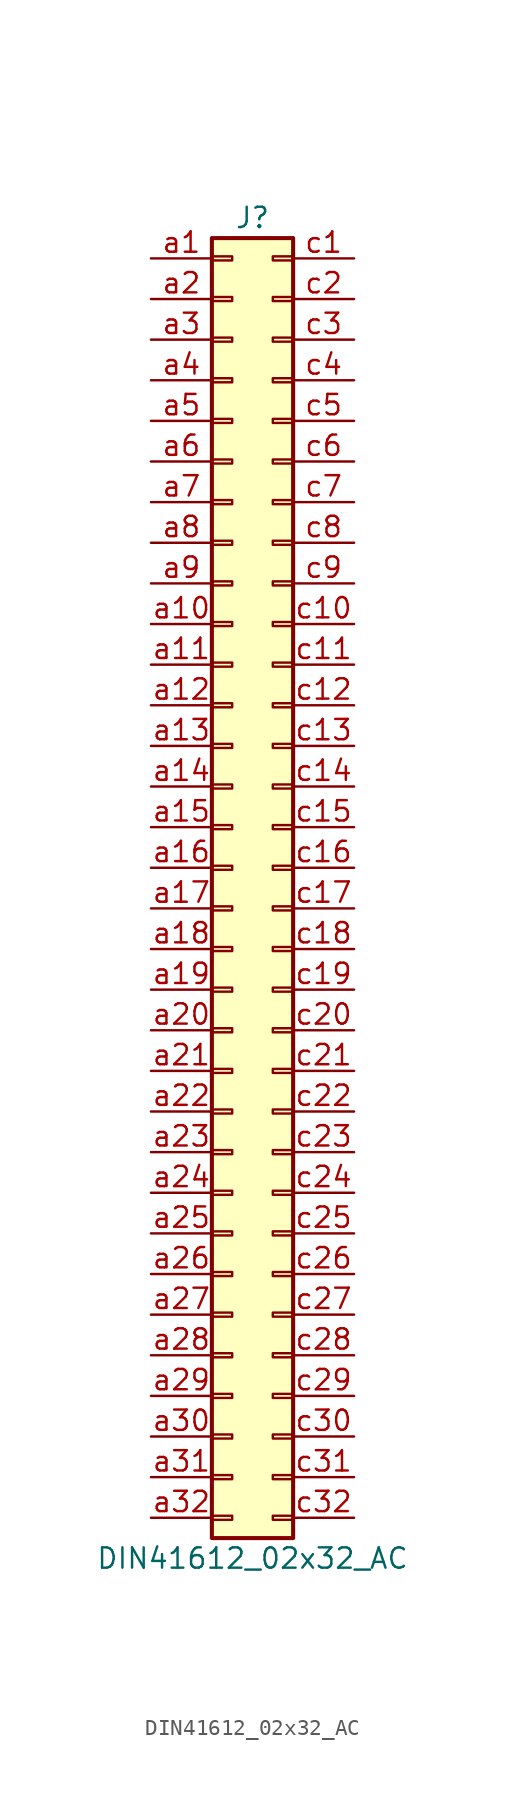
<source format=kicad_sym>
(kicad_symbol_lib
  (version 20211014)
  (generator kicad_symbol_editor)
  (symbol "DIN41612_02x32_AC"
    (pin_names
      (offset 1.016) hide)
    (property "Reference" "J"
      (at 1.27 40.64 0)
      (effects (font (size 1.27 1.27))))
    (property "Value" "DIN41612_02x32_AC"
      (at 1.27 -43.18 0)
      (effects (font (size 1.27 1.27))))
    (symbol "DIN41612_02x32_AC_1_1"
      (rectangle (start -1.27 -40.513) (end 0 -40.767) (stroke (width 0.152) (type default) (color 0 0 0 0)) (fill (type none)))
      (rectangle (start -1.27 -37.973) (end 0 -38.227) (stroke (width 0.152) (type default) (color 0 0 0 0)) (fill (type none)))
      (rectangle (start -1.27 -35.433) (end 0 -35.687) (stroke (width 0.152) (type default) (color 0 0 0 0)) (fill (type none)))
      (rectangle (start -1.27 -32.893) (end 0 -33.147) (stroke (width 0.152) (type default) (color 0 0 0 0)) (fill (type none)))
      (rectangle (start -1.27 -30.353) (end 0 -30.607) (stroke (width 0.152) (type default) (color 0 0 0 0)) (fill (type none)))
      (rectangle (start -1.27 -27.813) (end 0 -28.067) (stroke (width 0.152) (type default) (color 0 0 0 0)) (fill (type none)))
      (rectangle (start -1.27 -25.273) (end 0 -25.527) (stroke (width 0.152) (type default) (color 0 0 0 0)) (fill (type none)))
      (rectangle (start -1.27 -22.733) (end 0 -22.987) (stroke (width 0.152) (type default) (color 0 0 0 0)) (fill (type none)))
      (rectangle (start -1.27 -20.193) (end 0 -20.447) (stroke (width 0.152) (type default) (color 0 0 0 0)) (fill (type none)))
      (rectangle (start -1.27 -17.653) (end 0 -17.907) (stroke (width 0.152) (type default) (color 0 0 0 0)) (fill (type none)))
      (rectangle (start -1.27 -15.113) (end 0 -15.367) (stroke (width 0.152) (type default) (color 0 0 0 0)) (fill (type none)))
      (rectangle (start -1.27 -12.573) (end 0 -12.827) (stroke (width 0.152) (type default) (color 0 0 0 0)) (fill (type none)))
      (rectangle (start -1.27 -10.033) (end 0 -10.287) (stroke (width 0.152) (type default) (color 0 0 0 0)) (fill (type none)))
      (rectangle (start -1.27 -7.493) (end 0 -7.747) (stroke (width 0.152) (type default) (color 0 0 0 0)) (fill (type none)))
      (rectangle (start -1.27 -4.953) (end 0 -5.207) (stroke (width 0.152) (type default) (color 0 0 0 0)) (fill (type none)))
      (rectangle (start -1.27 -2.413) (end 0 -2.667) (stroke (width 0.152) (type default) (color 0 0 0 0)) (fill (type none)))
      (rectangle (start -1.27 0.127) (end 0 -0.127) (stroke (width 0.152) (type default) (color 0 0 0 0)) (fill (type none)))
      (rectangle (start -1.27 2.667) (end 0 2.413) (stroke (width 0.152) (type default) (color 0 0 0 0)) (fill (type none)))
      (rectangle (start -1.27 5.207) (end 0 4.953) (stroke (width 0.152) (type default) (color 0 0 0 0)) (fill (type none)))
      (rectangle (start -1.27 7.747) (end 0 7.493) (stroke (width 0.152) (type default) (color 0 0 0 0)) (fill (type none)))
      (rectangle (start -1.27 10.287) (end 0 10.033) (stroke (width 0.152) (type default) (color 0 0 0 0)) (fill (type none)))
      (rectangle (start -1.27 12.827) (end 0 12.573) (stroke (width 0.152) (type default) (color 0 0 0 0)) (fill (type none)))
      (rectangle (start -1.27 15.367) (end 0 15.113) (stroke (width 0.152) (type default) (color 0 0 0 0)) (fill (type none)))
      (rectangle (start -1.27 17.907) (end 0 17.653) (stroke (width 0.152) (type default) (color 0 0 0 0)) (fill (type none)))
      (rectangle (start -1.27 20.447) (end 0 20.193) (stroke (width 0.152) (type default) (color 0 0 0 0)) (fill (type none)))
      (rectangle (start -1.27 22.987) (end 0 22.733) (stroke (width 0.152) (type default) (color 0 0 0 0)) (fill (type none)))
      (rectangle (start -1.27 25.527) (end 0 25.273) (stroke (width 0.152) (type default) (color 0 0 0 0)) (fill (type none)))
      (rectangle (start -1.27 28.067) (end 0 27.813) (stroke (width 0.152) (type default) (color 0 0 0 0)) (fill (type none)))
      (rectangle (start -1.27 30.607) (end 0 30.353) (stroke (width 0.152) (type default) (color 0 0 0 0)) (fill (type none)))
      (rectangle (start -1.27 33.147) (end 0 32.893) (stroke (width 0.152) (type default) (color 0 0 0 0)) (fill (type none)))
      (rectangle (start -1.27 35.687) (end 0 35.433) (stroke (width 0.152) (type default) (color 0 0 0 0)) (fill (type none)))
      (rectangle (start -1.27 38.227) (end 0 37.973) (stroke (width 0.152) (type default) (color 0 0 0 0)) (fill (type none)))
      (rectangle (start -1.27 39.37) (end 3.81 -41.91) (stroke (width 0.254) (type default) (color 0 0 0 0)) (fill (type background)))
      (rectangle (start 3.81 -40.513) (end 2.54 -40.767) (stroke (width 0.152) (type default) (color 0 0 0 0)) (fill (type none)))
      (rectangle (start 3.81 -37.973) (end 2.54 -38.227) (stroke (width 0.152) (type default) (color 0 0 0 0)) (fill (type none)))
      (rectangle (start 3.81 -35.433) (end 2.54 -35.687) (stroke (width 0.152) (type default) (color 0 0 0 0)) (fill (type none)))
      (rectangle (start 3.81 -32.893) (end 2.54 -33.147) (stroke (width 0.152) (type default) (color 0 0 0 0)) (fill (type none)))
      (rectangle (start 3.81 -30.353) (end 2.54 -30.607) (stroke (width 0.152) (type default) (color 0 0 0 0)) (fill (type none)))
      (rectangle (start 3.81 -27.813) (end 2.54 -28.067) (stroke (width 0.152) (type default) (color 0 0 0 0)) (fill (type none)))
      (rectangle (start 3.81 -25.273) (end 2.54 -25.527) (stroke (width 0.152) (type default) (color 0 0 0 0)) (fill (type none)))
      (rectangle (start 3.81 -22.733) (end 2.54 -22.987) (stroke (width 0.152) (type default) (color 0 0 0 0)) (fill (type none)))
      (rectangle (start 3.81 -20.193) (end 2.54 -20.447) (stroke (width 0.152) (type default) (color 0 0 0 0)) (fill (type none)))
      (rectangle (start 3.81 -17.653) (end 2.54 -17.907) (stroke (width 0.152) (type default) (color 0 0 0 0)) (fill (type none)))
      (rectangle (start 3.81 -15.113) (end 2.54 -15.367) (stroke (width 0.152) (type default) (color 0 0 0 0)) (fill (type none)))
      (rectangle (start 3.81 -12.573) (end 2.54 -12.827) (stroke (width 0.152) (type default) (color 0 0 0 0)) (fill (type none)))
      (rectangle (start 3.81 -10.033) (end 2.54 -10.287) (stroke (width 0.152) (type default) (color 0 0 0 0)) (fill (type none)))
      (rectangle (start 3.81 -7.493) (end 2.54 -7.747) (stroke (width 0.152) (type default) (color 0 0 0 0)) (fill (type none)))
      (rectangle (start 3.81 -4.953) (end 2.54 -5.207) (stroke (width 0.152) (type default) (color 0 0 0 0)) (fill (type none)))
      (rectangle (start 3.81 -2.413) (end 2.54 -2.667) (stroke (width 0.152) (type default) (color 0 0 0 0)) (fill (type none)))
      (rectangle (start 3.81 0.127) (end 2.54 -0.127) (stroke (width 0.152) (type default) (color 0 0 0 0)) (fill (type none)))
      (rectangle (start 3.81 2.667) (end 2.54 2.413) (stroke (width 0.152) (type default) (color 0 0 0 0)) (fill (type none)))
      (rectangle (start 3.81 5.207) (end 2.54 4.953) (stroke (width 0.152) (type default) (color 0 0 0 0)) (fill (type none)))
      (rectangle (start 3.81 7.747) (end 2.54 7.493) (stroke (width 0.152) (type default) (color 0 0 0 0)) (fill (type none)))
      (rectangle (start 3.81 10.287) (end 2.54 10.033) (stroke (width 0.152) (type default) (color 0 0 0 0)) (fill (type none)))
      (rectangle (start 3.81 12.827) (end 2.54 12.573) (stroke (width 0.152) (type default) (color 0 0 0 0)) (fill (type none)))
      (rectangle (start 3.81 15.367) (end 2.54 15.113) (stroke (width 0.152) (type default) (color 0 0 0 0)) (fill (type none)))
      (rectangle (start 3.81 17.907) (end 2.54 17.653) (stroke (width 0.152) (type default) (color 0 0 0 0)) (fill (type none)))
      (rectangle (start 3.81 20.447) (end 2.54 20.193) (stroke (width 0.152) (type default) (color 0 0 0 0)) (fill (type none)))
      (rectangle (start 3.81 22.987) (end 2.54 22.733) (stroke (width 0.152) (type default) (color 0 0 0 0)) (fill (type none)))
      (rectangle (start 3.81 25.527) (end 2.54 25.273) (stroke (width 0.152) (type default) (color 0 0 0 0)) (fill (type none)))
      (rectangle (start 3.81 28.067) (end 2.54 27.813) (stroke (width 0.152) (type default) (color 0 0 0 0)) (fill (type none)))
      (rectangle (start 3.81 30.607) (end 2.54 30.353) (stroke (width 0.152) (type default) (color 0 0 0 0)) (fill (type none)))
      (rectangle (start 3.81 33.147) (end 2.54 32.893) (stroke (width 0.152) (type default) (color 0 0 0 0)) (fill (type none)))
      (rectangle (start 3.81 35.687) (end 2.54 35.433) (stroke (width 0.152) (type default) (color 0 0 0 0)) (fill (type none)))
      (rectangle (start 3.81 38.227) (end 2.54 37.973) (stroke (width 0.152) (type default) (color 0 0 0 0)) (fill (type none)))
      (pin passive line (at -5.08 38.1 0) (length 3.81) (name "Pin_a1" (effects (font (size 1.27 1.27)))) (number "a1" (effects (font (size 1.27 1.27)))))
      (pin passive line (at -5.08 15.24 0) (length 3.81) (name "Pin_a10" (effects (font (size 1.27 1.27)))) (number "a10" (effects (font (size 1.27 1.27)))))
      (pin passive line (at -5.08 12.7 0) (length 3.81) (name "Pin_a11" (effects (font (size 1.27 1.27)))) (number "a11" (effects (font (size 1.27 1.27)))))
      (pin passive line (at -5.08 10.16 0) (length 3.81) (name "Pin_a12" (effects (font (size 1.27 1.27)))) (number "a12" (effects (font (size 1.27 1.27)))))
      (pin passive line (at -5.08 7.62 0) (length 3.81) (name "Pin_a13" (effects (font (size 1.27 1.27)))) (number "a13" (effects (font (size 1.27 1.27)))))
      (pin passive line (at -5.08 5.08 0) (length 3.81) (name "Pin_a14" (effects (font (size 1.27 1.27)))) (number "a14" (effects (font (size 1.27 1.27)))))
      (pin passive line (at -5.08 2.54 0) (length 3.81) (name "Pin_a15" (effects (font (size 1.27 1.27)))) (number "a15" (effects (font (size 1.27 1.27)))))
      (pin passive line (at -5.08 0 0) (length 3.81) (name "Pin_a16" (effects (font (size 1.27 1.27)))) (number "a16" (effects (font (size 1.27 1.27)))))
      (pin passive line (at -5.08 -2.54 0) (length 3.81) (name "Pin_a17" (effects (font (size 1.27 1.27)))) (number "a17" (effects (font (size 1.27 1.27)))))
      (pin passive line (at -5.08 -5.08 0) (length 3.81) (name "Pin_a18" (effects (font (size 1.27 1.27)))) (number "a18" (effects (font (size 1.27 1.27)))))
      (pin passive line (at -5.08 -7.62 0) (length 3.81) (name "Pin_a19" (effects (font (size 1.27 1.27)))) (number "a19" (effects (font (size 1.27 1.27)))))
      (pin passive line (at -5.08 35.56 0) (length 3.81) (name "Pin_a2" (effects (font (size 1.27 1.27)))) (number "a2" (effects (font (size 1.27 1.27)))))
      (pin passive line (at -5.08 -10.16 0) (length 3.81) (name "Pin_a20" (effects (font (size 1.27 1.27)))) (number "a20" (effects (font (size 1.27 1.27)))))
      (pin passive line (at -5.08 -12.7 0) (length 3.81) (name "Pin_a21" (effects (font (size 1.27 1.27)))) (number "a21" (effects (font (size 1.27 1.27)))))
      (pin passive line (at -5.08 -15.24 0) (length 3.81) (name "Pin_a22" (effects (font (size 1.27 1.27)))) (number "a22" (effects (font (size 1.27 1.27)))))
      (pin passive line (at -5.08 -17.78 0) (length 3.81) (name "Pin_a23" (effects (font (size 1.27 1.27)))) (number "a23" (effects (font (size 1.27 1.27)))))
      (pin passive line (at -5.08 -20.32 0) (length 3.81) (name "Pin_a24" (effects (font (size 1.27 1.27)))) (number "a24" (effects (font (size 1.27 1.27)))))
      (pin passive line (at -5.08 -22.86 0) (length 3.81) (name "Pin_a25" (effects (font (size 1.27 1.27)))) (number "a25" (effects (font (size 1.27 1.27)))))
      (pin passive line (at -5.08 -25.4 0) (length 3.81) (name "Pin_a26" (effects (font (size 1.27 1.27)))) (number "a26" (effects (font (size 1.27 1.27)))))
      (pin passive line (at -5.08 -27.94 0) (length 3.81) (name "Pin_a27" (effects (font (size 1.27 1.27)))) (number "a27" (effects (font (size 1.27 1.27)))))
      (pin passive line (at -5.08 -30.48 0) (length 3.81) (name "Pin_a28" (effects (font (size 1.27 1.27)))) (number "a28" (effects (font (size 1.27 1.27)))))
      (pin passive line (at -5.08 -33.02 0) (length 3.81) (name "Pin_a29" (effects (font (size 1.27 1.27)))) (number "a29" (effects (font (size 1.27 1.27)))))
      (pin passive line (at -5.08 33.02 0) (length 3.81) (name "Pin_a3" (effects (font (size 1.27 1.27)))) (number "a3" (effects (font (size 1.27 1.27)))))
      (pin passive line (at -5.08 -35.56 0) (length 3.81) (name "Pin_a30" (effects (font (size 1.27 1.27)))) (number "a30" (effects (font (size 1.27 1.27)))))
      (pin passive line (at -5.08 -38.1 0) (length 3.81) (name "Pin_a31" (effects (font (size 1.27 1.27)))) (number "a31" (effects (font (size 1.27 1.27)))))
      (pin passive line (at -5.08 -40.64 0) (length 3.81) (name "Pin_a32" (effects (font (size 1.27 1.27)))) (number "a32" (effects (font (size 1.27 1.27)))))
      (pin passive line (at -5.08 30.48 0) (length 3.81) (name "Pin_a4" (effects (font (size 1.27 1.27)))) (number "a4" (effects (font (size 1.27 1.27)))))
      (pin passive line (at -5.08 27.94 0) (length 3.81) (name "Pin_a5" (effects (font (size 1.27 1.27)))) (number "a5" (effects (font (size 1.27 1.27)))))
      (pin passive line (at -5.08 25.4 0) (length 3.81) (name "Pin_a6" (effects (font (size 1.27 1.27)))) (number "a6" (effects (font (size 1.27 1.27)))))
      (pin passive line (at -5.08 22.86 0) (length 3.81) (name "Pin_a7" (effects (font (size 1.27 1.27)))) (number "a7" (effects (font (size 1.27 1.27)))))
      (pin passive line (at -5.08 20.32 0) (length 3.81) (name "Pin_a8" (effects (font (size 1.27 1.27)))) (number "a8" (effects (font (size 1.27 1.27)))))
      (pin passive line (at -5.08 17.78 0) (length 3.81) (name "Pin_a9" (effects (font (size 1.27 1.27)))) (number "a9" (effects (font (size 1.27 1.27)))))
      (pin passive line (at 7.62 38.1 180) (length 3.81) (name "Pin_c1" (effects (font (size 1.27 1.27)))) (number "c1" (effects (font (size 1.27 1.27)))))
      (pin passive line (at 7.62 15.24 180) (length 3.81) (name "Pin_c10" (effects (font (size 1.27 1.27)))) (number "c10" (effects (font (size 1.27 1.27)))))
      (pin passive line (at 7.62 12.7 180) (length 3.81) (name "Pin_c11" (effects (font (size 1.27 1.27)))) (number "c11" (effects (font (size 1.27 1.27)))))
      (pin passive line (at 7.62 10.16 180) (length 3.81) (name "Pin_c12" (effects (font (size 1.27 1.27)))) (number "c12" (effects (font (size 1.27 1.27)))))
      (pin passive line (at 7.62 7.62 180) (length 3.81) (name "Pin_c13" (effects (font (size 1.27 1.27)))) (number "c13" (effects (font (size 1.27 1.27)))))
      (pin passive line (at 7.62 5.08 180) (length 3.81) (name "Pin_c14" (effects (font (size 1.27 1.27)))) (number "c14" (effects (font (size 1.27 1.27)))))
      (pin passive line (at 7.62 2.54 180) (length 3.81) (name "Pin_c15" (effects (font (size 1.27 1.27)))) (number "c15" (effects (font (size 1.27 1.27)))))
      (pin passive line (at 7.62 0 180) (length 3.81) (name "Pin_c16" (effects (font (size 1.27 1.27)))) (number "c16" (effects (font (size 1.27 1.27)))))
      (pin passive line (at 7.62 -2.54 180) (length 3.81) (name "Pin_c17" (effects (font (size 1.27 1.27)))) (number "c17" (effects (font (size 1.27 1.27)))))
      (pin passive line (at 7.62 -5.08 180) (length 3.81) (name "Pin_c18" (effects (font (size 1.27 1.27)))) (number "c18" (effects (font (size 1.27 1.27)))))
      (pin passive line (at 7.62 -7.62 180) (length 3.81) (name "Pin_c19" (effects (font (size 1.27 1.27)))) (number "c19" (effects (font (size 1.27 1.27)))))
      (pin passive line (at 7.62 35.56 180) (length 3.81) (name "Pin_c2" (effects (font (size 1.27 1.27)))) (number "c2" (effects (font (size 1.27 1.27)))))
      (pin passive line (at 7.62 -10.16 180) (length 3.81) (name "Pin_c20" (effects (font (size 1.27 1.27)))) (number "c20" (effects (font (size 1.27 1.27)))))
      (pin passive line (at 7.62 -12.7 180) (length 3.81) (name "Pin_c21" (effects (font (size 1.27 1.27)))) (number "c21" (effects (font (size 1.27 1.27)))))
      (pin passive line (at 7.62 -15.24 180) (length 3.81) (name "Pin_c22" (effects (font (size 1.27 1.27)))) (number "c22" (effects (font (size 1.27 1.27)))))
      (pin passive line (at 7.62 -17.78 180) (length 3.81) (name "Pin_c23" (effects (font (size 1.27 1.27)))) (number "c23" (effects (font (size 1.27 1.27)))))
      (pin passive line (at 7.62 -20.32 180) (length 3.81) (name "Pin_c24" (effects (font (size 1.27 1.27)))) (number "c24" (effects (font (size 1.27 1.27)))))
      (pin passive line (at 7.62 -22.86 180) (length 3.81) (name "Pin_c25" (effects (font (size 1.27 1.27)))) (number "c25" (effects (font (size 1.27 1.27)))))
      (pin passive line (at 7.62 -25.4 180) (length 3.81) (name "Pin_c26" (effects (font (size 1.27 1.27)))) (number "c26" (effects (font (size 1.27 1.27)))))
      (pin passive line (at 7.62 -27.94 180) (length 3.81) (name "Pin_c27" (effects (font (size 1.27 1.27)))) (number "c27" (effects (font (size 1.27 1.27)))))
      (pin passive line (at 7.62 -30.48 180) (length 3.81) (name "Pin_c28" (effects (font (size 1.27 1.27)))) (number "c28" (effects (font (size 1.27 1.27)))))
      (pin passive line (at 7.62 -33.02 180) (length 3.81) (name "Pin_c29" (effects (font (size 1.27 1.27)))) (number "c29" (effects (font (size 1.27 1.27)))))
      (pin passive line (at 7.62 33.02 180) (length 3.81) (name "Pin_c3" (effects (font (size 1.27 1.27)))) (number "c3" (effects (font (size 1.27 1.27)))))
      (pin passive line (at 7.62 -35.56 180) (length 3.81) (name "Pin_c30" (effects (font (size 1.27 1.27)))) (number "c30" (effects (font (size 1.27 1.27)))))
      (pin passive line (at 7.62 -38.1 180) (length 3.81) (name "Pin_c31" (effects (font (size 1.27 1.27)))) (number "c31" (effects (font (size 1.27 1.27)))))
      (pin passive line (at 7.62 -40.64 180) (length 3.81) (name "Pin_c32" (effects (font (size 1.27 1.27)))) (number "c32" (effects (font (size 1.27 1.27)))))
      (pin passive line (at 7.62 30.48 180) (length 3.81) (name "Pin_c4" (effects (font (size 1.27 1.27)))) (number "c4" (effects (font (size 1.27 1.27)))))
      (pin passive line (at 7.62 27.94 180) (length 3.81) (name "Pin_c5" (effects (font (size 1.27 1.27)))) (number "c5" (effects (font (size 1.27 1.27)))))
      (pin passive line (at 7.62 25.4 180) (length 3.81) (name "Pin_c6" (effects (font (size 1.27 1.27)))) (number "c6" (effects (font (size 1.27 1.27)))))
      (pin passive line (at 7.62 22.86 180) (length 3.81) (name "Pin_c7" (effects (font (size 1.27 1.27)))) (number "c7" (effects (font (size 1.27 1.27)))))
      (pin passive line (at 7.62 20.32 180) (length 3.81) (name "Pin_c8" (effects (font (size 1.27 1.27)))) (number "c8" (effects (font (size 1.27 1.27)))))
      (pin passive line (at 7.62 17.78 180) (length 3.81) (name "Pin_c9" (effects (font (size 1.27 1.27)))) (number "c9" (effects (font (size 1.27 1.27))))))))
</source>
